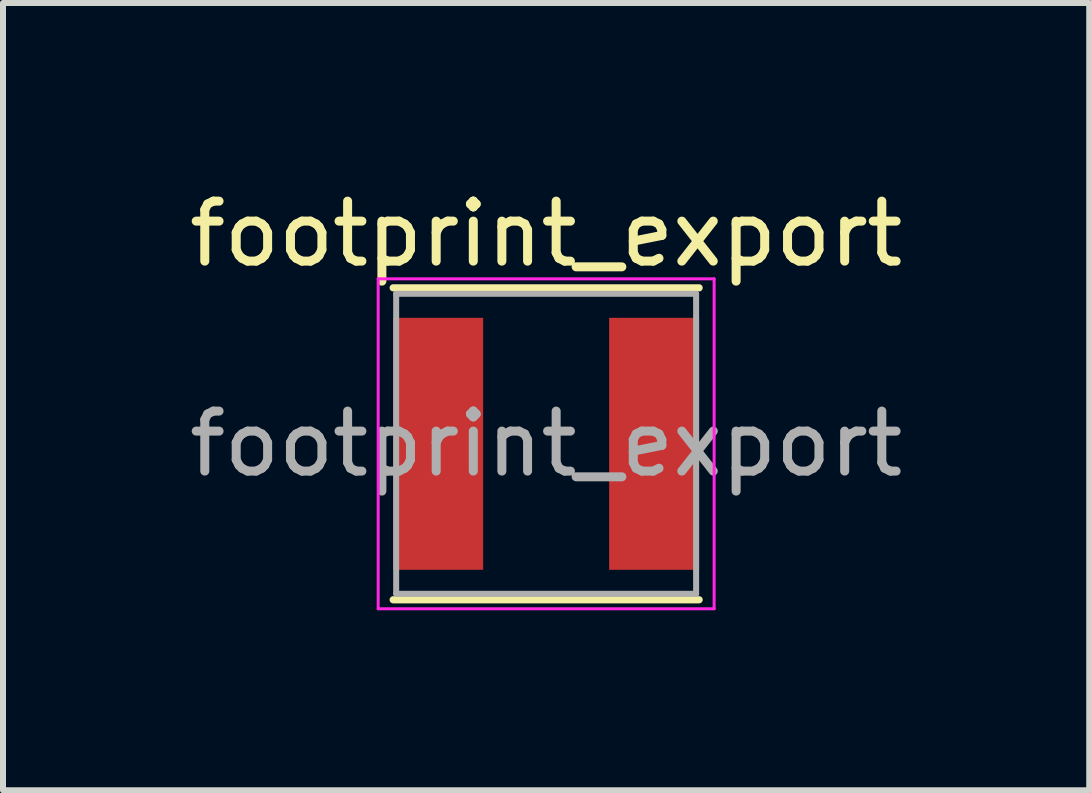
<source format=kicad_pcb>
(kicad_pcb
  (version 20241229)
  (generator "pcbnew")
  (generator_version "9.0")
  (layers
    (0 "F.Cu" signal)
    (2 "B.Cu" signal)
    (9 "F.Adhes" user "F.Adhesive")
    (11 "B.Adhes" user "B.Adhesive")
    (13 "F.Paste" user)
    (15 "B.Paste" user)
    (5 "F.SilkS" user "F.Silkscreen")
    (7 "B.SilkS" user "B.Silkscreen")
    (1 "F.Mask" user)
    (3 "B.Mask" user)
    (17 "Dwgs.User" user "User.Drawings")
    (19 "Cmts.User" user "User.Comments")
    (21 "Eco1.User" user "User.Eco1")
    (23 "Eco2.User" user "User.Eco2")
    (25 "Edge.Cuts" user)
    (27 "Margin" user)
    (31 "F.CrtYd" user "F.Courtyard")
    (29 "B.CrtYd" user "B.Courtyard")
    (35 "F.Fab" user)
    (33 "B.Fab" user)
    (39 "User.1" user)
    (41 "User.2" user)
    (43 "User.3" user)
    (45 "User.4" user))
  (footprint "footprint_export"
    (layer "F.Cu")
    (at 6.054 4.348)
    (property "Reference" "footprint_export" (at 0 -3.5 0) (layer "F.SilkS") (effects (font (size 1 1) (thickness 0.15))))
    (attr smd)
    (fp_line (start -2.55 -2.6) (end 2.55 -2.6) (stroke (width 0.12) (type solid)) (layer "F.SilkS"))
    (fp_line (start -2.55 2.6) (end 2.55 2.6) (stroke (width 0.12) (type solid)) (layer "F.SilkS"))
    (fp_line (start -2.8 -2.75) (end -2.8 2.75) (stroke (width 0.05) (type solid)) (layer "F.CrtYd"))
    (fp_line (start -2.8 2.75) (end 2.8 2.75) (stroke (width 0.05) (type solid)) (layer "F.CrtYd"))
    (fp_line (start 2.8 -2.75) (end -2.8 -2.75) (stroke (width 0.05) (type solid)) (layer "F.CrtYd"))
    (fp_line (start 2.8 2.75) (end 2.8 -2.75) (stroke (width 0.05) (type solid)) (layer "F.CrtYd"))
    (fp_line (start -2.5 -2.5) (end -2.5 2.5) (stroke (width 0.1) (type solid)) (layer "F.Fab"))
    (fp_line (start -2.5 2.5) (end 2.5 2.5) (stroke (width 0.1) (type solid)) (layer "F.Fab"))
    (fp_line (start 2.5 -2.5) (end -2.5 -2.5) (stroke (width 0.1) (type solid)) (layer "F.Fab"))
    (fp_line (start 2.5 2.5) (end 2.5 -2.5) (stroke (width 0.1) (type solid)) (layer "F.Fab"))
    (fp_text user "${REFERENCE}" (at 0 0 0) (layer "F.Fab") (effects (font (size 1 1) (thickness 0.15))))
    (pad "1" smd rect (at -1.8 0) (size 1.5 4.2) (layers "F.Cu" "F.Mask" "F.Paste"))
    (pad "2" smd rect (at 1.8 0) (size 1.5 4.2) (layers "F.Cu" "F.Mask" "F.Paste")))
  (gr_rect
    (start -3 -3)
    (end 15.107 10.123)
    (stroke (width 0.1) (type default))
    (fill no)
    (layer "Edge.Cuts")))
</source>
